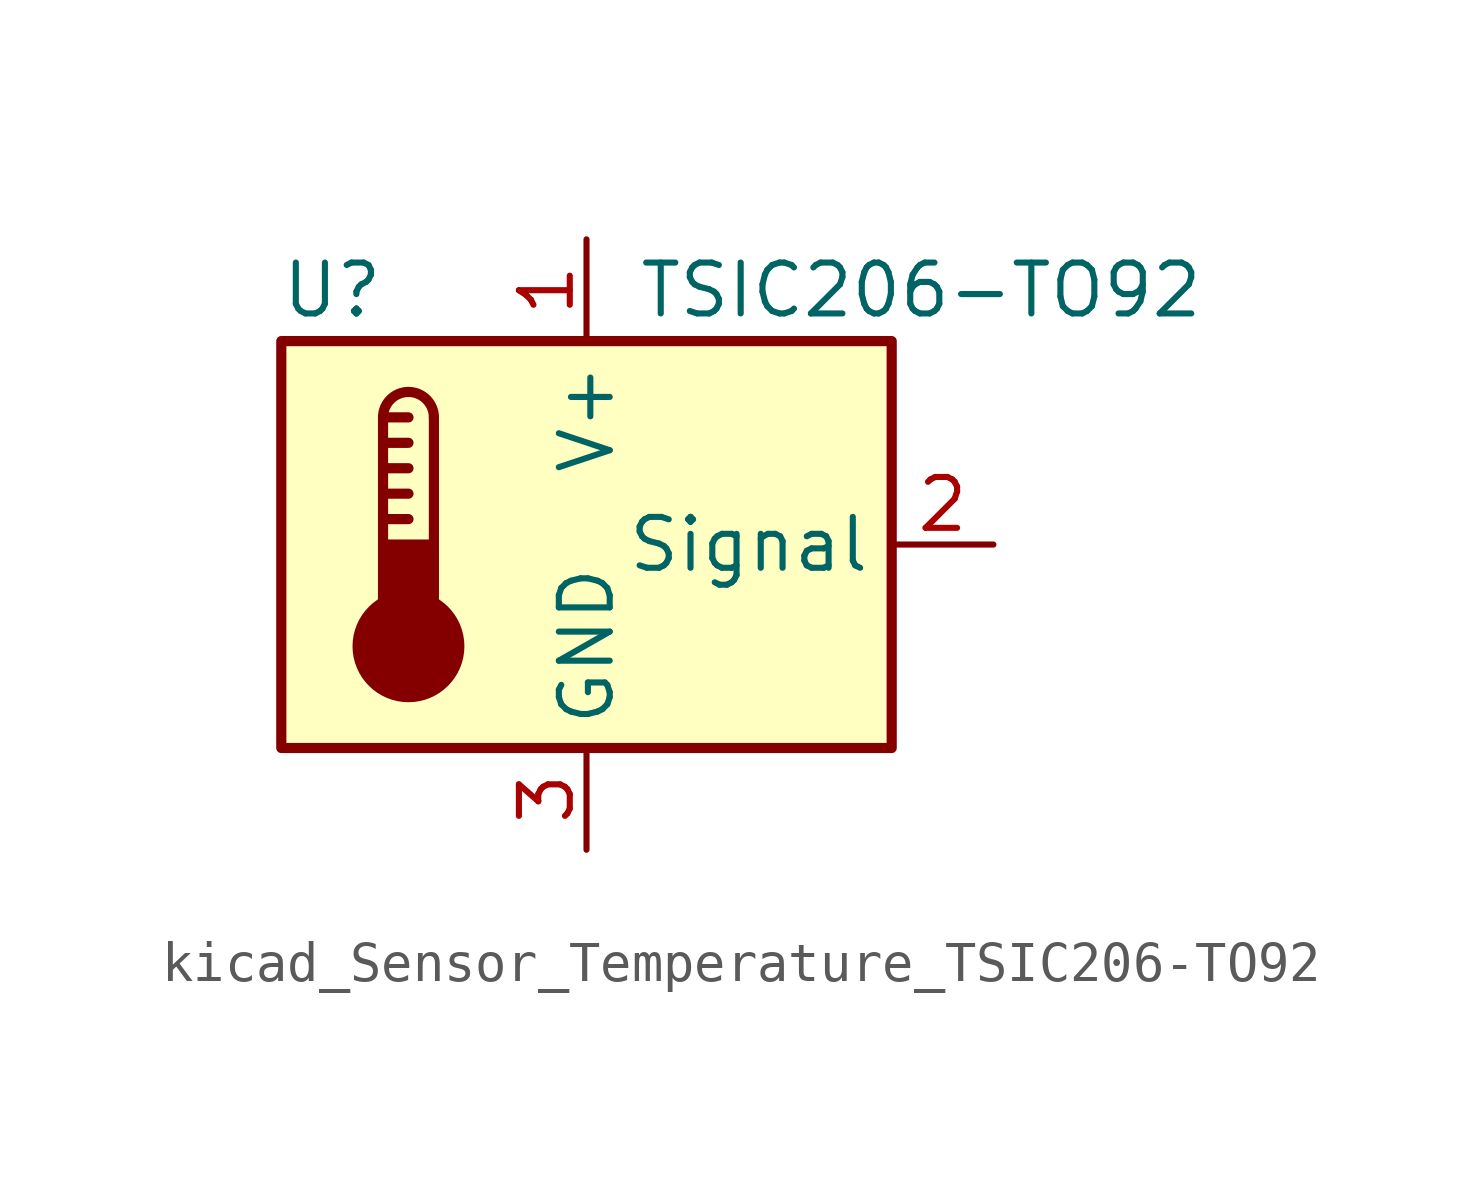
<source format=kicad_sym>
(kicad_symbol_lib
  (version 20220914)
  (generator kicad_symbol_editor)
  (symbol "kicad_Sensor_Temperature_TSIC206-TO92"
    (property "Reference" "U"
      (at -6.35 6.35 0)
      (effects (font (size 1.27 1.27))))
    (property "Value" "TSIC206-TO92"
      (at 1.27 6.35 0)
      (effects (font (size 1.27 1.27)) (justify left)))
    (symbol "kicad_Sensor_Temperature_TSIC206-TO92_0_1"
      (rectangle (start -7.62 5.08) (end 7.62 -5.08) (stroke (width 0.254) (type default)) (fill (type background)))
      (circle (center -4.445 -2.54) (radius 1.27) (stroke (width 0.254) (type default)) (fill (type outline)))
      (rectangle (start -3.81 -1.905) (end -5.08 0) (stroke (width 0.254) (type default)) (fill (type outline)))
      (arc (start -3.81 3.175) (mid -4.445 3.8073) (end -5.08 3.175) (stroke (width 0.254) (type default)) (fill (type none)))
      (polyline (pts (xy -5.08 0.635) (xy -4.445 0.635)) (stroke (width 0.254) (type default)) (fill (type none)))
      (polyline (pts (xy -5.08 1.27) (xy -4.445 1.27)) (stroke (width 0.254) (type default)) (fill (type none)))
      (polyline (pts (xy -5.08 1.905) (xy -4.445 1.905)) (stroke (width 0.254) (type default)) (fill (type none)))
      (polyline (pts (xy -5.08 2.54) (xy -4.445 2.54)) (stroke (width 0.254) (type default)) (fill (type none)))
      (polyline (pts (xy -5.08 3.175) (xy -5.08 0)) (stroke (width 0.254) (type default)) (fill (type none)))
      (polyline (pts (xy -5.08 3.175) (xy -4.445 3.175)) (stroke (width 0.254) (type default)) (fill (type none)))
      (polyline (pts (xy -3.81 3.175) (xy -3.81 0)) (stroke (width 0.254) (type default)) (fill (type none))))
    (symbol "kicad_Sensor_Temperature_TSIC206-TO92_1_1"
      (pin power_in line (at 0 7.62 270) (length 2.54) (name "V+" (effects (font (size 1.27 1.27)))) (number "1" (effects (font (size 1.27 1.27)))))
      (pin output line (at 10.16 0 180) (length 2.54) (name "Signal" (effects (font (size 1.27 1.27)))) (number "2" (effects (font (size 1.27 1.27)))))
      (pin power_in line (at 0 -7.62 90) (length 2.54) (name "GND" (effects (font (size 1.27 1.27)))) (number "3" (effects (font (size 1.27 1.27))))))))
</source>
